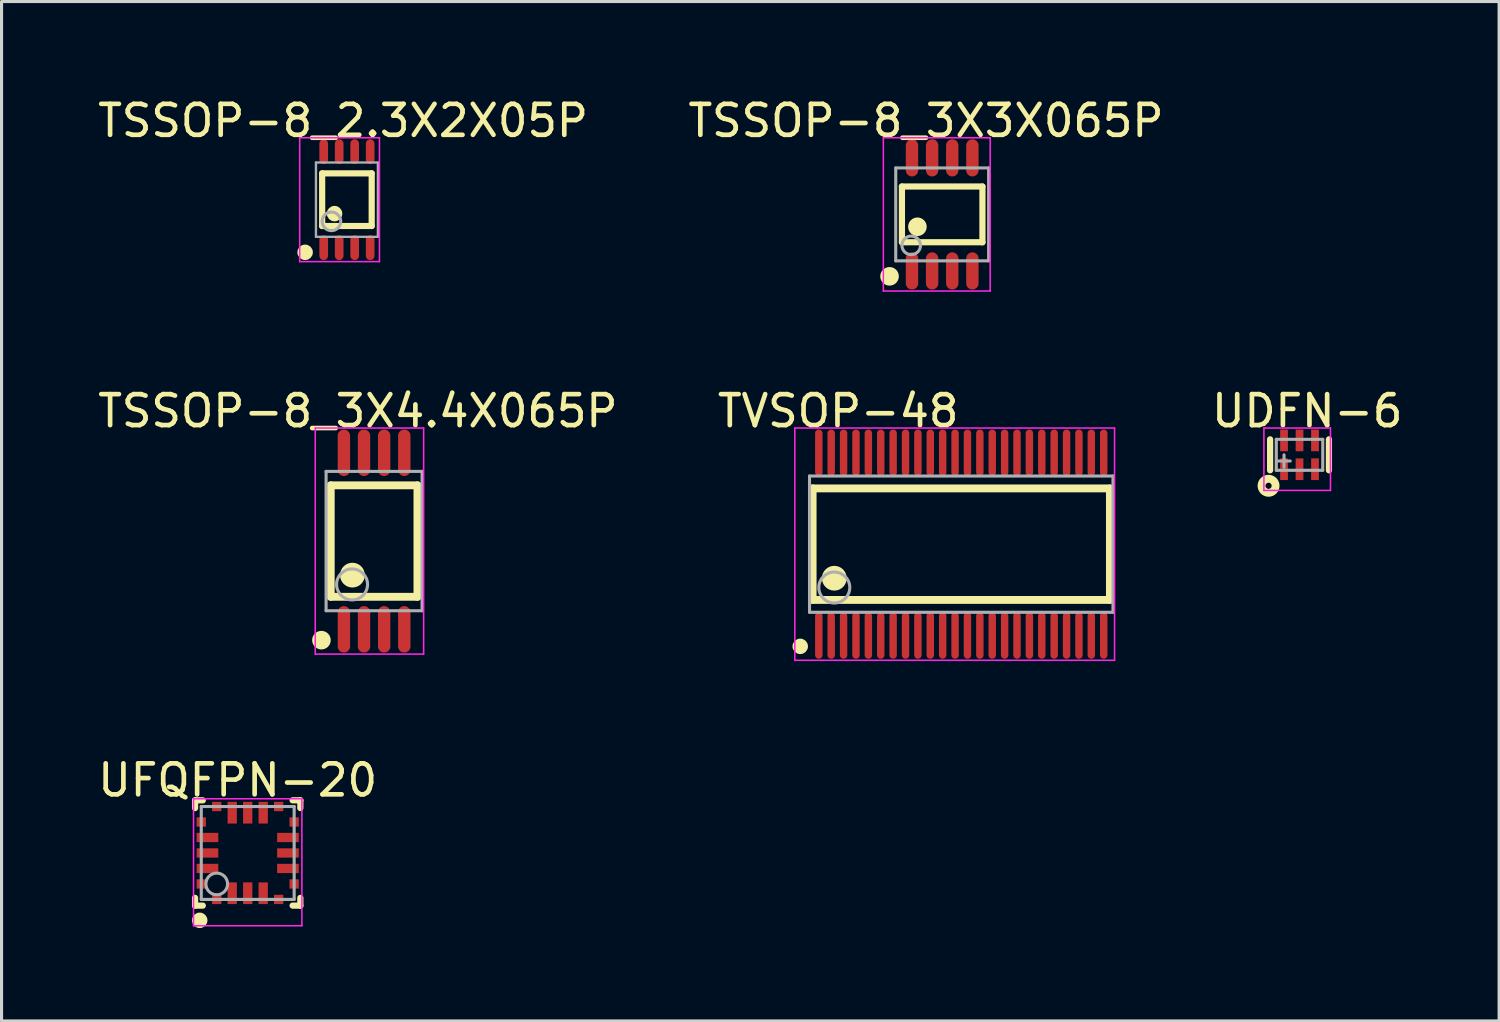
<source format=kicad_pcb>
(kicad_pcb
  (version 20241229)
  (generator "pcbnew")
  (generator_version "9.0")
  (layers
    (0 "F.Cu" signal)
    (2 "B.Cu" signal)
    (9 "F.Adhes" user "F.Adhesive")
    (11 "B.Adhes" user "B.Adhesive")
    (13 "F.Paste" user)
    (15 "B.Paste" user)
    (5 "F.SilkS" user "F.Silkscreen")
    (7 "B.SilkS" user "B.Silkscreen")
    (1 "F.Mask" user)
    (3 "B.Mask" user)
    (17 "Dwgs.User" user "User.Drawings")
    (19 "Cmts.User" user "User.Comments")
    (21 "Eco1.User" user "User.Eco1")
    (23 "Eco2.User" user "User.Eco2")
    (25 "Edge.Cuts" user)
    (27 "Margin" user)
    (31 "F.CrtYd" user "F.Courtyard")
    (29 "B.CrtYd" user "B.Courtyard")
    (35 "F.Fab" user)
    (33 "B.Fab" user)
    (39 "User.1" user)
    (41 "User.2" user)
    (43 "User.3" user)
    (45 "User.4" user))
  (footprint "TSSOP-8_3X4.4X065P"
    (layer "F.Cu")
    (at 9.03 14.422)
    (property "Reference" "TSSOP-8_3X4.4X065P" (at -0.524 -4.2 0) (layer "F.SilkS") (effects (font (size 1 1) (thickness 0.15))))
    (attr through_hole)
    (fp_line (start -1.4 -1.8) (end 1.4 -1.8) (stroke (width 0.254) (type solid)) (layer "F.SilkS"))
    (fp_line (start -1.4 1.8) (end -1.4 -1.8) (stroke (width 0.254) (type solid)) (layer "F.SilkS"))
    (fp_line (start -1.4 1.8) (end 1.4 1.8) (stroke (width 0.254) (type solid)) (layer "F.SilkS"))
    (fp_line (start 1.4 1.8) (end 1.4 -1.8) (stroke (width 0.254) (type solid)) (layer "F.SilkS"))
    (fp_circle (center -1.7 3.2) (end -1.55 3.2) (stroke (width 0.3) (type solid)) (fill no) (layer "F.SilkS"))
    (fp_circle (center -0.7 1.1) (end -0.5 1.1) (stroke (width 0.4) (type solid)) (fill no) (layer "F.SilkS"))
    (fp_line (start -1.9 -3.65) (end 1.6 -3.65) (stroke (width 0.05) (type solid)) (layer "F.CrtYd"))
    (fp_line (start -1.9 3.65) (end -1.9 -3.65) (stroke (width 0.05) (type solid)) (layer "F.CrtYd"))
    (fp_line (start 1.6 -3.65) (end 1.6 3.65) (stroke (width 0.05) (type solid)) (layer "F.CrtYd"))
    (fp_line (start 1.6 3.65) (end -1.9 3.65) (stroke (width 0.05) (type solid)) (layer "F.CrtYd"))
    (fp_line (start -1.55 -2.25) (end 1.55 -2.25) (stroke (width 0.1) (type solid)) (layer "F.Fab"))
    (fp_line (start -1.55 2.25) (end -1.55 -2.25) (stroke (width 0.1) (type solid)) (layer "F.Fab"))
    (fp_line (start -1.55 2.25) (end 1.55 2.25) (stroke (width 0.1) (type solid)) (layer "F.Fab"))
    (fp_line (start 1.55 2.25) (end 1.55 -2.25) (stroke (width 0.1) (type solid)) (layer "F.Fab"))
    (fp_circle (center -0.711 1.4) (end -0.211 1.4) (stroke (width 0.1) (type solid)) (fill no) (layer "F.Fab"))
    (pad "1" smd oval (at -0.975 2.85 180) (size 0.4 1.5) (layers "F.Cu" "F.Mask" "F.Paste"))
    (pad "2" smd oval (at -0.325 2.85 180) (size 0.4 1.5) (layers "F.Cu" "F.Mask" "F.Paste"))
    (pad "3" smd oval (at 0.325 2.85 180) (size 0.4 1.5) (layers "F.Cu" "F.Mask" "F.Paste"))
    (pad "4" smd oval (at 0.975 2.85 180) (size 0.4 1.5) (layers "F.Cu" "F.Mask" "F.Paste"))
    (pad "5" smd oval (at 0.975 -2.85 180) (size 0.4 1.5) (layers "F.Cu" "F.Mask" "F.Paste"))
    (pad "6" smd oval (at 0.325 -2.85 180) (size 0.4 1.5) (layers "F.Cu" "F.Mask" "F.Paste"))
    (pad "7" smd oval (at -0.325 -2.85 180) (size 0.4 1.5) (layers "F.Cu" "F.Mask" "F.Paste"))
    (pad "8" smd oval (at -0.975 -2.85 180) (size 0.4 1.5) (layers "F.Cu" "F.Mask" "F.Paste")))
  (footprint "UDFN-6"
    (layer "F.Cu")
    (at 38.914 11.637)
    (property "Reference" "UDFN-6" (at 0.249 -1.415 0) (layer "F.SilkS") (effects (font (size 1 1) (thickness 0.15))))
    (attr through_hole)
    (fp_line (start -0.95 0.5) (end -0.95 -0.5) (stroke (width 0.2) (type solid)) (layer "F.SilkS"))
    (fp_line (start 0.95 0.5) (end 0.95 -0.5) (stroke (width 0.2) (type solid)) (layer "F.SilkS"))
    (fp_circle (center -1 1) (end -0.9 1) (stroke (width 0.254) (type solid)) (fill no) (layer "F.SilkS"))
    (fp_line (start -1.15 -0.865) (end 1 -0.865) (stroke (width 0.05) (type solid)) (layer "F.CrtYd"))
    (fp_line (start -1.15 1.15) (end -1.15 -0.865) (stroke (width 0.05) (type solid)) (layer "F.CrtYd"))
    (fp_line (start 1 -0.865) (end 1 1.15) (stroke (width 0.05) (type solid)) (layer "F.CrtYd"))
    (fp_line (start 1 1.15) (end -1.15 1.15) (stroke (width 0.05) (type solid)) (layer "F.CrtYd"))
    (fp_line (start -0.75 -0.5) (end 0.75 -0.5) (stroke (width 0.1) (type solid)) (layer "F.Fab"))
    (fp_line (start -0.75 0.5) (end -0.75 -0.5) (stroke (width 0.1) (type solid)) (layer "F.Fab"))
    (fp_line (start -0.75 0.5) (end 0.75 0.5) (stroke (width 0.1) (type solid)) (layer "F.Fab"))
    (fp_line (start -0.7 0.2) (end -0.3 0.2) (stroke (width 0.1) (type solid)) (layer "F.Fab"))
    (fp_line (start -0.5 0.4) (end -0.5 0) (stroke (width 0.1) (type solid)) (layer "F.Fab"))
    (fp_line (start 0.75 0.5) (end 0.75 -0.5) (stroke (width 0.1) (type solid)) (layer "F.Fab"))
    (pad "1" smd rect (at -0.5 0.465) (size 0.25 0.7) (layers "F.Cu" "F.Mask" "F.Paste"))
    (pad "2" smd rect (at 0 0.465) (size 0.25 0.7) (layers "F.Cu" "F.Mask" "F.Paste"))
    (pad "3" smd rect (at 0.5 0.465) (size 0.25 0.7) (layers "F.Cu" "F.Mask" "F.Paste"))
    (pad "4" smd rect (at 0.5 -0.465 180) (size 0.25 0.7) (layers "F.Cu" "F.Mask" "F.Paste"))
    (pad "5" smd rect (at 0 -0.465 180) (size 0.25 0.7) (layers "F.Cu" "F.Mask" "F.Paste"))
    (pad "6" smd rect (at -0.5 -0.465 180) (size 0.25 0.7) (layers "F.Cu" "F.Mask" "F.Paste")))
  (footprint "TVSOP-48"
    (layer "F.Cu")
    (at 27.991 14.522)
    (property "Reference" "TVSOP-48" (at -3.974 -4.3 0) (layer "F.SilkS") (effects (font (size 1 1) (thickness 0.15))))
    (attr through_hole)
    (fp_line (start -4.8 -1.8) (end 4.8 -1.8) (stroke (width 0.254) (type solid)) (layer "F.SilkS"))
    (fp_line (start -4.8 1.8) (end -4.8 -1.8) (stroke (width 0.254) (type solid)) (layer "F.SilkS"))
    (fp_line (start -4.8 1.8) (end 4.8 1.8) (stroke (width 0.254) (type solid)) (layer "F.SilkS"))
    (fp_line (start 4.8 1.8) (end 4.8 -1.8) (stroke (width 0.254) (type solid)) (layer "F.SilkS"))
    (fp_circle (center -5.2 3.3) (end -5.075 3.3) (stroke (width 0.25) (type solid)) (fill no) (layer "F.SilkS"))
    (fp_circle (center -4.1 1.1) (end -3.9 1.1) (stroke (width 0.4) (type solid)) (fill no) (layer "F.SilkS"))
    (fp_line (start -5.375 -3.75) (end 4.95 -3.75) (stroke (width 0.05) (type solid)) (layer "F.CrtYd"))
    (fp_line (start -5.375 3.75) (end -5.375 -3.75) (stroke (width 0.05) (type solid)) (layer "F.CrtYd"))
    (fp_line (start 4.95 -3.75) (end 4.95 3.75) (stroke (width 0.05) (type solid)) (layer "F.CrtYd"))
    (fp_line (start 4.95 3.75) (end -5.375 3.75) (stroke (width 0.05) (type solid)) (layer "F.CrtYd"))
    (fp_line (start -4.9 -2.2) (end 4.9 -2.2) (stroke (width 0.1) (type solid)) (layer "F.Fab"))
    (fp_line (start -4.9 2.2) (end -4.9 -2.2) (stroke (width 0.1) (type solid)) (layer "F.Fab"))
    (fp_line (start -4.9 2.2) (end 4.9 2.2) (stroke (width 0.1) (type solid)) (layer "F.Fab"))
    (fp_line (start 4.9 2.2) (end 4.9 -2.2) (stroke (width 0.1) (type solid)) (layer "F.Fab"))
    (fp_circle (center -4.1 1.4) (end -3.6 1.4) (stroke (width 0.1) (type solid)) (fill no) (layer "F.Fab"))
    (pad "1" smd oval (at -4.6 2.95) (size 0.24 1.5) (layers "F.Cu" "F.Mask" "F.Paste"))
    (pad "2" smd oval (at -4.2 2.95) (size 0.24 1.5) (layers "F.Cu" "F.Mask" "F.Paste"))
    (pad "3" smd oval (at -3.8 2.95) (size 0.24 1.5) (layers "F.Cu" "F.Mask" "F.Paste"))
    (pad "4" smd oval (at -3.4 2.95) (size 0.24 1.5) (layers "F.Cu" "F.Mask" "F.Paste"))
    (pad "5" smd oval (at -3 2.95) (size 0.24 1.5) (layers "F.Cu" "F.Mask" "F.Paste"))
    (pad "6" smd oval (at -2.6 2.95) (size 0.24 1.5) (layers "F.Cu" "F.Mask" "F.Paste"))
    (pad "7" smd oval (at -2.2 2.95) (size 0.24 1.5) (layers "F.Cu" "F.Mask" "F.Paste"))
    (pad "8" smd oval (at -1.8 2.95) (size 0.24 1.5) (layers "F.Cu" "F.Mask" "F.Paste"))
    (pad "9" smd oval (at -1.4 2.95) (size 0.24 1.5) (layers "F.Cu" "F.Mask" "F.Paste"))
    (pad "10" smd oval (at -1 2.95) (size 0.24 1.5) (layers "F.Cu" "F.Mask" "F.Paste"))
    (pad "11" smd oval (at -0.6 2.95) (size 0.24 1.5) (layers "F.Cu" "F.Mask" "F.Paste"))
    (pad "12" smd oval (at -0.2 2.95) (size 0.24 1.5) (layers "F.Cu" "F.Mask" "F.Paste"))
    (pad "13" smd oval (at 0.2 2.95) (size 0.24 1.5) (layers "F.Cu" "F.Mask" "F.Paste"))
    (pad "14" smd oval (at 0.6 2.95) (size 0.24 1.5) (layers "F.Cu" "F.Mask" "F.Paste"))
    (pad "15" smd oval (at 1 2.95) (size 0.24 1.5) (layers "F.Cu" "F.Mask" "F.Paste"))
    (pad "16" smd oval (at 1.4 2.95) (size 0.24 1.5) (layers "F.Cu" "F.Mask" "F.Paste"))
    (pad "17" smd oval (at 1.8 2.95) (size 0.24 1.5) (layers "F.Cu" "F.Mask" "F.Paste"))
    (pad "18" smd oval (at 2.2 2.95) (size 0.24 1.5) (layers "F.Cu" "F.Mask" "F.Paste"))
    (pad "19" smd oval (at 2.6 2.95) (size 0.24 1.5) (layers "F.Cu" "F.Mask" "F.Paste"))
    (pad "20" smd oval (at 3 2.95) (size 0.24 1.5) (layers "F.Cu" "F.Mask" "F.Paste"))
    (pad "21" smd oval (at 3.4 2.95) (size 0.24 1.5) (layers "F.Cu" "F.Mask" "F.Paste"))
    (pad "22" smd oval (at 3.8 2.95) (size 0.24 1.5) (layers "F.Cu" "F.Mask" "F.Paste"))
    (pad "23" smd oval (at 4.2 2.95) (size 0.24 1.5) (layers "F.Cu" "F.Mask" "F.Paste"))
    (pad "24" smd oval (at 4.6 2.95) (size 0.24 1.5) (layers "F.Cu" "F.Mask" "F.Paste"))
    (pad "25" smd oval (at 4.6 -2.95) (size 0.24 1.5) (layers "F.Cu" "F.Mask" "F.Paste"))
    (pad "26" smd oval (at 4.2 -2.95) (size 0.24 1.5) (layers "F.Cu" "F.Mask" "F.Paste"))
    (pad "27" smd oval (at 3.8 -2.95) (size 0.24 1.5) (layers "F.Cu" "F.Mask" "F.Paste"))
    (pad "28" smd oval (at 3.4 -2.95) (size 0.24 1.5) (layers "F.Cu" "F.Mask" "F.Paste"))
    (pad "29" smd oval (at 3 -2.95) (size 0.24 1.5) (layers "F.Cu" "F.Mask" "F.Paste"))
    (pad "30" smd oval (at 2.6 -2.95) (size 0.24 1.5) (layers "F.Cu" "F.Mask" "F.Paste"))
    (pad "31" smd oval (at 2.2 -2.95) (size 0.24 1.5) (layers "F.Cu" "F.Mask" "F.Paste"))
    (pad "32" smd oval (at 1.8 -2.95) (size 0.24 1.5) (layers "F.Cu" "F.Mask" "F.Paste"))
    (pad "33" smd oval (at 1.4 -2.95) (size 0.24 1.5) (layers "F.Cu" "F.Mask" "F.Paste"))
    (pad "34" smd oval (at 1 -2.95) (size 0.24 1.5) (layers "F.Cu" "F.Mask" "F.Paste"))
    (pad "35" smd oval (at 0.6 -2.95) (size 0.24 1.5) (layers "F.Cu" "F.Mask" "F.Paste"))
    (pad "36" smd oval (at 0.2 -2.95) (size 0.24 1.5) (layers "F.Cu" "F.Mask" "F.Paste"))
    (pad "37" smd oval (at -0.2 -2.95) (size 0.24 1.5) (layers "F.Cu" "F.Mask" "F.Paste"))
    (pad "38" smd oval (at -0.6 -2.95) (size 0.24 1.5) (layers "F.Cu" "F.Mask" "F.Paste"))
    (pad "39" smd oval (at -1 -2.95) (size 0.24 1.5) (layers "F.Cu" "F.Mask" "F.Paste"))
    (pad "40" smd oval (at -1.4 -2.95) (size 0.24 1.5) (layers "F.Cu" "F.Mask" "F.Paste"))
    (pad "41" smd oval (at -1.8 -2.95) (size 0.24 1.5) (layers "F.Cu" "F.Mask" "F.Paste"))
    (pad "42" smd oval (at -2.2 -2.95) (size 0.24 1.5) (layers "F.Cu" "F.Mask" "F.Paste"))
    (pad "43" smd oval (at -2.6 -2.95) (size 0.24 1.5) (layers "F.Cu" "F.Mask" "F.Paste"))
    (pad "44" smd oval (at -3 -2.95) (size 0.24 1.5) (layers "F.Cu" "F.Mask" "F.Paste"))
    (pad "45" smd oval (at -3.4 -2.95) (size 0.24 1.5) (layers "F.Cu" "F.Mask" "F.Paste"))
    (pad "46" smd oval (at -3.8 -2.95) (size 0.24 1.5) (layers "F.Cu" "F.Mask" "F.Paste"))
    (pad "47" smd oval (at -4.2 -2.95) (size 0.24 1.5) (layers "F.Cu" "F.Mask" "F.Paste"))
    (pad "48" smd oval (at -4.6 -2.95) (size 0.24 1.5) (layers "F.Cu" "F.Mask" "F.Paste")))
  (footprint "TSSOP-8_3X3X065P"
    (layer "F.Cu")
    (at 27.375 3.873)
    (property "Reference" "TSSOP-8_3X3X065P" (at -0.524 -3.025 0) (layer "F.SilkS") (effects (font (size 1 1) (thickness 0.15))))
    (attr through_hole)
    (fp_line (start -1.3 -0.9) (end 1.3 -0.9) (stroke (width 0.2) (type solid)) (layer "F.SilkS"))
    (fp_line (start -1.3 0.9) (end -1.3 -0.9) (stroke (width 0.2) (type solid)) (layer "F.SilkS"))
    (fp_line (start -1.3 0.9) (end 1.3 0.9) (stroke (width 0.2) (type solid)) (layer "F.SilkS"))
    (fp_line (start 1.3 0.9) (end 1.3 -0.9) (stroke (width 0.2) (type solid)) (layer "F.SilkS"))
    (fp_circle (center -1.7 2) (end -1.55 2) (stroke (width 0.3) (type solid)) (fill no) (layer "F.SilkS"))
    (fp_circle (center -0.8 0.4) (end -0.65 0.4) (stroke (width 0.3) (type solid)) (fill no) (layer "F.SilkS"))
    (fp_line (start -1.9 -2.475) (end 1.55 -2.475) (stroke (width 0.05) (type solid)) (layer "F.CrtYd"))
    (fp_line (start -1.9 2.475) (end -1.9 -2.475) (stroke (width 0.05) (type solid)) (layer "F.CrtYd"))
    (fp_line (start 1.55 -2.475) (end 1.55 2.475) (stroke (width 0.05) (type solid)) (layer "F.CrtYd"))
    (fp_line (start 1.55 2.475) (end -1.9 2.475) (stroke (width 0.05) (type solid)) (layer "F.CrtYd"))
    (fp_line (start -1.5 -1.5) (end 1.5 -1.5) (stroke (width 0.1) (type solid)) (layer "F.Fab"))
    (fp_line (start -1.5 1.5) (end -1.5 -1.5) (stroke (width 0.1) (type solid)) (layer "F.Fab"))
    (fp_line (start -1.5 1.5) (end 1.5 1.5) (stroke (width 0.1) (type solid)) (layer "F.Fab"))
    (fp_line (start 1.5 1.5) (end 1.5 -1.5) (stroke (width 0.1) (type solid)) (layer "F.Fab"))
    (fp_circle (center -1 1) (end -0.7 1) (stroke (width 0.1) (type solid)) (fill no) (layer "F.Fab"))
    (pad "1" smd oval (at -0.975 1.825 270) (size 1.2 0.4) (layers "F.Cu" "F.Mask" "F.Paste"))
    (pad "2" smd oval (at -0.325 1.825 270) (size 1.2 0.4) (layers "F.Cu" "F.Mask" "F.Paste"))
    (pad "3" smd oval (at 0.325 1.825 270) (size 1.2 0.4) (layers "F.Cu" "F.Mask" "F.Paste"))
    (pad "4" smd oval (at 0.975 1.825 270) (size 1.2 0.4) (layers "F.Cu" "F.Mask" "F.Paste"))
    (pad "5" smd oval (at 0.975 -1.825 270) (size 1.2 0.4) (layers "F.Cu" "F.Mask" "F.Paste"))
    (pad "6" smd oval (at 0.325 -1.825 270) (size 1.2 0.4) (layers "F.Cu" "F.Mask" "F.Paste"))
    (pad "7" smd oval (at -0.325 -1.825 270) (size 1.2 0.4) (layers "F.Cu" "F.Mask" "F.Paste"))
    (pad "8" smd oval (at -0.975 -1.825 270) (size 1.2 0.4) (layers "F.Cu" "F.Mask" "F.Paste")))
  (footprint "TSSOP-8_2.3X2X05P"
    (layer "F.Cu")
    (at 8.153 3.398)
    (property "Reference" "TSSOP-8_2.3X2X05P" (at -0.124 -2.55 0) (layer "F.SilkS") (effects (font (size 1 1) (thickness 0.15))))
    (attr through_hole)
    (fp_line (start -0.8 -0.85) (end 0.8 -0.85) (stroke (width 0.2) (type solid)) (layer "F.SilkS"))
    (fp_line (start -0.8 0.85) (end -0.8 -0.85) (stroke (width 0.2) (type solid)) (layer "F.SilkS"))
    (fp_line (start -0.8 0.85) (end 0.8 0.85) (stroke (width 0.2) (type solid)) (layer "F.SilkS"))
    (fp_line (start 0.8 0.85) (end 0.8 -0.85) (stroke (width 0.2) (type solid)) (layer "F.SilkS"))
    (fp_circle (center -1.35 1.7) (end -1.225 1.7) (stroke (width 0.25) (type solid)) (fill no) (layer "F.SilkS"))
    (fp_circle (center -0.4 0.45) (end -0.275 0.45) (stroke (width 0.25) (type solid)) (fill no) (layer "F.SilkS"))
    (fp_line (start -1.525 -2) (end 1.05 -2) (stroke (width 0.05) (type solid)) (layer "F.CrtYd"))
    (fp_line (start -1.525 2) (end -1.525 -2) (stroke (width 0.05) (type solid)) (layer "F.CrtYd"))
    (fp_line (start 1.05 -2) (end 1.05 2) (stroke (width 0.05) (type solid)) (layer "F.CrtYd"))
    (fp_line (start 1.05 2) (end -1.525 2) (stroke (width 0.05) (type solid)) (layer "F.CrtYd"))
    (fp_line (start -1 -1.2) (end 1 -1.2) (stroke (width 0.076) (type solid)) (layer "F.Fab"))
    (fp_line (start -1 1.2) (end -1 -1.2) (stroke (width 0.076) (type solid)) (layer "F.Fab"))
    (fp_line (start -1 1.2) (end 1 1.2) (stroke (width 0.076) (type solid)) (layer "F.Fab"))
    (fp_line (start 1 1.2) (end 1 -1.2) (stroke (width 0.076) (type solid)) (layer "F.Fab"))
    (fp_circle (center -0.5 0.7) (end -0.2 0.7) (stroke (width 0.1) (type solid)) (fill no) (layer "F.Fab"))
    (pad "1" smd oval (at -0.75 1.55 270) (size 0.8 0.28) (layers "F.Cu" "F.Mask" "F.Paste"))
    (pad "2" smd oval (at -0.25 1.55 270) (size 0.8 0.28) (layers "F.Cu" "F.Mask" "F.Paste"))
    (pad "3" smd oval (at 0.25 1.55 270) (size 0.8 0.28) (layers "F.Cu" "F.Mask" "F.Paste"))
    (pad "4" smd oval (at 0.75 1.55 270) (size 0.8 0.28) (layers "F.Cu" "F.Mask" "F.Paste"))
    (pad "5" smd oval (at 0.75 -1.55 270) (size 0.8 0.28) (layers "F.Cu" "F.Mask" "F.Paste"))
    (pad "6" smd oval (at 0.25 -1.55 270) (size 0.8 0.28) (layers "F.Cu" "F.Mask" "F.Paste"))
    (pad "7" smd oval (at -0.25 -1.55 270) (size 0.8 0.28) (layers "F.Cu" "F.Mask" "F.Paste"))
    (pad "8" smd oval (at -0.75 -1.55 270) (size 0.8 0.28) (layers "F.Cu" "F.Mask" "F.Paste")))
  (footprint "UFQFPN-20"
    (layer "F.Cu")
    (at 4.949 24.494)
    (property "Reference" "UFQFPN-20" (at -0.324 -2.349 0) (layer "F.SilkS") (effects (font (size 1 1) (thickness 0.15))))
    (attr through_hole)
    (fp_line (start -1.7 -1.7) (end -1.45 -1.7) (stroke (width 0.2) (type solid)) (layer "F.SilkS"))
    (fp_line (start -1.7 -1.45) (end -1.7 -1.7) (stroke (width 0.2) (type solid)) (layer "F.SilkS"))
    (fp_line (start -1.7 1.7) (end -1.7 1.45) (stroke (width 0.2) (type solid)) (layer "F.SilkS"))
    (fp_line (start -1.7 1.7) (end -1.45 1.7) (stroke (width 0.2) (type solid)) (layer "F.SilkS"))
    (fp_line (start 1.45 -1.7) (end 1.7 -1.7) (stroke (width 0.2) (type solid)) (layer "F.SilkS"))
    (fp_line (start 1.45 1.7) (end 1.7 1.7) (stroke (width 0.2) (type solid)) (layer "F.SilkS"))
    (fp_line (start 1.7 -1.45) (end 1.7 -1.7) (stroke (width 0.2) (type solid)) (layer "F.SilkS"))
    (fp_line (start 1.7 1.7) (end 1.7 1.45) (stroke (width 0.2) (type solid)) (layer "F.SilkS"))
    (fp_circle (center -1.55 2.175) (end -1.425 2.175) (stroke (width 0.25) (type solid)) (fill no) (layer "F.SilkS"))
    (fp_line (start -1.75 -1.75) (end 1.75 -1.75) (stroke (width 0.05) (type solid)) (layer "F.CrtYd"))
    (fp_line (start -1.75 2.35) (end -1.75 -1.75) (stroke (width 0.05) (type solid)) (layer "F.CrtYd"))
    (fp_line (start 1.75 -1.75) (end 1.75 2.35) (stroke (width 0.05) (type solid)) (layer "F.CrtYd"))
    (fp_line (start 1.75 2.35) (end -1.75 2.35) (stroke (width 0.05) (type solid)) (layer "F.CrtYd"))
    (fp_line (start -1.5 -1.5) (end 1.5 -1.5) (stroke (width 0.1) (type solid)) (layer "F.Fab"))
    (fp_line (start -1.5 1.5) (end -1.5 -1.5) (stroke (width 0.1) (type solid)) (layer "F.Fab"))
    (fp_line (start -1.5 1.5) (end 1.5 1.5) (stroke (width 0.1) (type solid)) (layer "F.Fab"))
    (fp_line (start 1.5 1.5) (end 1.5 -1.5) (stroke (width 0.1) (type solid)) (layer "F.Fab"))
    (fp_circle (center -1 1) (end -0.65 1) (stroke (width 0.1) (type solid)) (fill no) (layer "F.Fab"))
    (pad "1" smd rect (at -1 1.5 180) (size 0.3 0.3) (layers "F.Cu" "F.Mask" "F.Paste"))
    (pad "2" smd rect (at -0.5 1.3 180) (size 0.3 0.7) (layers "F.Cu" "F.Mask" "F.Paste"))
    (pad "3" smd rect (at 0 1.3 180) (size 0.3 0.7) (layers "F.Cu" "F.Mask" "F.Paste"))
    (pad "4" smd rect (at 0.5 1.3 180) (size 0.3 0.7) (layers "F.Cu" "F.Mask" "F.Paste"))
    (pad "5" smd rect (at 1 1.5 180) (size 0.3 0.3) (layers "F.Cu" "F.Mask" "F.Paste"))
    (pad "6" smd rect (at 1.5 1 90) (size 0.3 0.3) (layers "F.Cu" "F.Mask" "F.Paste"))
    (pad "7" smd rect (at 1.3 0.5 90) (size 0.3 0.7) (layers "F.Cu" "F.Mask" "F.Paste"))
    (pad "8" smd rect (at 1.3 0 90) (size 0.3 0.7) (layers "F.Cu" "F.Mask" "F.Paste"))
    (pad "9" smd rect (at 1.3 -0.5 90) (size 0.3 0.7) (layers "F.Cu" "F.Mask" "F.Paste"))
    (pad "10" smd rect (at 1.5 -1 90) (size 0.3 0.3) (layers "F.Cu" "F.Mask" "F.Paste"))
    (pad "11" smd rect (at 1 -1.5 180) (size 0.3 0.3) (layers "F.Cu" "F.Mask" "F.Paste"))
    (pad "12" smd rect (at 0.5 -1.3 180) (size 0.3 0.7) (layers "F.Cu" "F.Mask" "F.Paste"))
    (pad "13" smd rect (at 0 -1.3 180) (size 0.3 0.7) (layers "F.Cu" "F.Mask" "F.Paste"))
    (pad "14" smd rect (at -0.5 -1.3 180) (size 0.3 0.7) (layers "F.Cu" "F.Mask" "F.Paste"))
    (pad "15" smd rect (at -1 -1.5 180) (size 0.3 0.3) (layers "F.Cu" "F.Mask" "F.Paste"))
    (pad "16" smd rect (at -1.5 -1 90) (size 0.3 0.3) (layers "F.Cu" "F.Mask" "F.Paste"))
    (pad "17" smd rect (at -1.3 -0.5 90) (size 0.3 0.7) (layers "F.Cu" "F.Mask" "F.Paste"))
    (pad "18" smd rect (at -1.3 0 90) (size 0.3 0.7) (layers "F.Cu" "F.Mask" "F.Paste"))
    (pad "19" smd rect (at -1.3 0.5 90) (size 0.3 0.7) (layers "F.Cu" "F.Mask" "F.Paste"))
    (pad "20" smd rect (at -1.5 1 90) (size 0.3 0.3) (layers "F.Cu" "F.Mask" "F.Paste")))
  (gr_rect
    (start -3 -3)
    (end 45.359 29.919)
    (stroke (width 0.1) (type default))
    (fill no)
    (layer "Edge.Cuts")))
</source>
